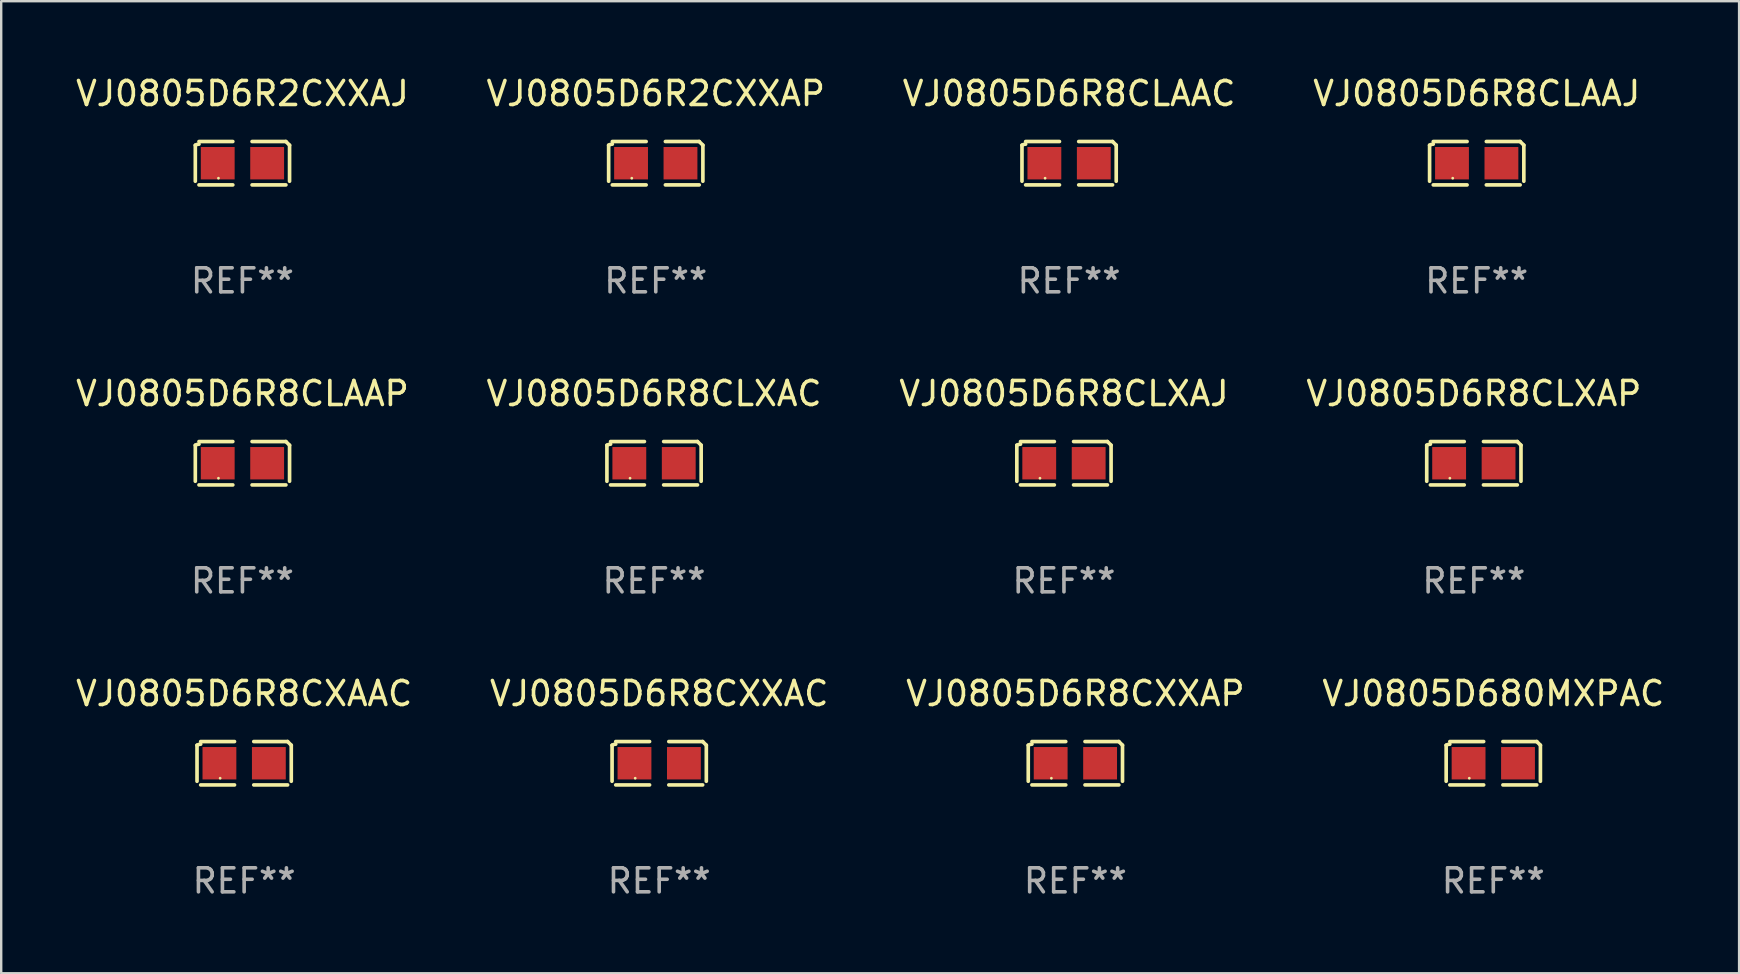
<source format=kicad_pcb>
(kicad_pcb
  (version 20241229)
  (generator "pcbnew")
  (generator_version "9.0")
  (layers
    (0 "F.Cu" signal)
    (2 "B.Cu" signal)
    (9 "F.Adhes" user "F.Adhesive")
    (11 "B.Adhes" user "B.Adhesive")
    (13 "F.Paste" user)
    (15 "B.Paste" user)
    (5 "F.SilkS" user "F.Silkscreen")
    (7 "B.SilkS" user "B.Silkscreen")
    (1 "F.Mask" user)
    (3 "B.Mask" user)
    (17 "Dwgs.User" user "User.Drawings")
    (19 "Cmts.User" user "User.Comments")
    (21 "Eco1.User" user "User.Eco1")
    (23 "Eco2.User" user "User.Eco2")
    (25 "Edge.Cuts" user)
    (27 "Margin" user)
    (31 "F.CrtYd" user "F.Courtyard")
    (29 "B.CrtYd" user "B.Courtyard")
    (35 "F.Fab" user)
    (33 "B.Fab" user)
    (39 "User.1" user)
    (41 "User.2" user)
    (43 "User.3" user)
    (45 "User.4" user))
  (footprint "VJ0805D6R8CLAAP"
    (layer "F.Cu")
    (at 7.054 16.256)
    (property "Reference" "VJ0805D6R8CLAAP" (at 0 -2.904 0) (layer "F.SilkS") (effects (font (size 1 1) (thickness 0.15))))
    (attr through_hole)
    (fp_line (start -1.964 0.751) (end -1.964 -0.751) (stroke (width 0.152) (type solid)) (layer "F.SilkS"))
    (fp_line (start -1.811 -0.904) (end -0.401 -0.904) (stroke (width 0.152) (type solid)) (layer "F.SilkS"))
    (fp_line (start -0.401 0.904) (end -1.811 0.904) (stroke (width 0.152) (type solid)) (layer "F.SilkS"))
    (fp_line (start 0.401 0.904) (end 1.811 0.904) (stroke (width 0.152) (type solid)) (layer "F.SilkS"))
    (fp_line (start 1.811 -0.904) (end 0.401 -0.904) (stroke (width 0.152) (type solid)) (layer "F.SilkS"))
    (fp_line (start 1.964 0.751) (end 1.964 -0.751) (stroke (width 0.152) (type solid)) (layer "F.SilkS"))
    (fp_arc (start -1.963602 -0.751207) (mid -1.890354 -0.783131) (end -1.811201 -0.794044) (stroke (width 0.1524) (type solid)) (layer "F.SilkS"))
    (fp_arc (start 1.811202 -0.903607) (mid 1.887413 -0.827418) (end 1.963602 -0.751207) (stroke (width 0.1524) (type solid)) (layer "F.SilkS"))
    (fp_circle (center -1 0.625) (end -0.97 0.625) (stroke (width 0.06) (type solid)) (fill no) (layer "F.SilkS"))
    (fp_text user "REF**" (at 0 4.904 0) (layer "F.Fab") (effects (font (size 1 1) (thickness 0.15))))
    (pad "1" smd rect (at -1.03 0) (size 1.41 1.35) (layers "F.Cu" "F.Mask" "F.Paste"))
    (pad "2" smd rect (at 1.03 0) (size 1.41 1.35) (layers "F.Cu" "F.Mask" "F.Paste")))
  (footprint "VJ0805D6R8CLXAJ"
    (layer "F.Cu")
    (at 41.292 16.256)
    (property "Reference" "VJ0805D6R8CLXAJ" (at 0 -2.904 0) (layer "F.SilkS") (effects (font (size 1 1) (thickness 0.15))))
    (attr through_hole)
    (fp_line (start -1.964 0.751) (end -1.964 -0.751) (stroke (width 0.152) (type solid)) (layer "F.SilkS"))
    (fp_line (start -1.811 -0.904) (end -0.401 -0.904) (stroke (width 0.152) (type solid)) (layer "F.SilkS"))
    (fp_line (start -0.401 0.904) (end -1.811 0.904) (stroke (width 0.152) (type solid)) (layer "F.SilkS"))
    (fp_line (start 0.401 0.904) (end 1.811 0.904) (stroke (width 0.152) (type solid)) (layer "F.SilkS"))
    (fp_line (start 1.811 -0.904) (end 0.401 -0.904) (stroke (width 0.152) (type solid)) (layer "F.SilkS"))
    (fp_line (start 1.964 0.751) (end 1.964 -0.751) (stroke (width 0.152) (type solid)) (layer "F.SilkS"))
    (fp_arc (start -1.963602 -0.751207) (mid -1.890354 -0.783131) (end -1.811201 -0.794044) (stroke (width 0.1524) (type solid)) (layer "F.SilkS"))
    (fp_arc (start 1.811202 -0.903607) (mid 1.887413 -0.827418) (end 1.963602 -0.751207) (stroke (width 0.1524) (type solid)) (layer "F.SilkS"))
    (fp_circle (center -1 0.625) (end -0.97 0.625) (stroke (width 0.06) (type solid)) (fill no) (layer "F.SilkS"))
    (fp_text user "REF**" (at 0 4.904 0) (layer "F.Fab") (effects (font (size 1 1) (thickness 0.15))))
    (pad "1" smd rect (at -1.03 0) (size 1.41 1.35) (layers "F.Cu" "F.Mask" "F.Paste"))
    (pad "2" smd rect (at 1.03 0) (size 1.41 1.35) (layers "F.Cu" "F.Mask" "F.Paste")))
  (footprint "VJ0805D680MXPAC"
    (layer "F.Cu")
    (at 59.185 28.759)
    (property "Reference" "VJ0805D680MXPAC" (at 0 -2.904 0) (layer "F.SilkS") (effects (font (size 1 1) (thickness 0.15))))
    (attr through_hole)
    (fp_line (start -1.964 0.751) (end -1.964 -0.751) (stroke (width 0.152) (type solid)) (layer "F.SilkS"))
    (fp_line (start -1.811 -0.904) (end -0.401 -0.904) (stroke (width 0.152) (type solid)) (layer "F.SilkS"))
    (fp_line (start -0.401 0.904) (end -1.811 0.904) (stroke (width 0.152) (type solid)) (layer "F.SilkS"))
    (fp_line (start 0.401 0.904) (end 1.811 0.904) (stroke (width 0.152) (type solid)) (layer "F.SilkS"))
    (fp_line (start 1.811 -0.904) (end 0.401 -0.904) (stroke (width 0.152) (type solid)) (layer "F.SilkS"))
    (fp_line (start 1.964 0.751) (end 1.964 -0.751) (stroke (width 0.152) (type solid)) (layer "F.SilkS"))
    (fp_arc (start -1.963602 -0.751207) (mid -1.890354 -0.783131) (end -1.811201 -0.794044) (stroke (width 0.1524) (type solid)) (layer "F.SilkS"))
    (fp_arc (start 1.811202 -0.903607) (mid 1.887413 -0.827418) (end 1.963602 -0.751207) (stroke (width 0.1524) (type solid)) (layer "F.SilkS"))
    (fp_circle (center -1 0.625) (end -0.97 0.625) (stroke (width 0.06) (type solid)) (fill no) (layer "F.SilkS"))
    (fp_text user "REF**" (at 0 4.904 0) (layer "F.Fab") (effects (font (size 1 1) (thickness 0.15))))
    (pad "1" smd rect (at -1.03 0) (size 1.41 1.35) (layers "F.Cu" "F.Mask" "F.Paste"))
    (pad "2" smd rect (at 1.03 0) (size 1.41 1.35) (layers "F.Cu" "F.Mask" "F.Paste")))
  (footprint "VJ0805D6R8CXAAC"
    (layer "F.Cu")
    (at 7.125 28.759)
    (property "Reference" "VJ0805D6R8CXAAC" (at 0 -2.904 0) (layer "F.SilkS") (effects (font (size 1 1) (thickness 0.15))))
    (attr through_hole)
    (fp_line (start -1.964 0.751) (end -1.964 -0.751) (stroke (width 0.152) (type solid)) (layer "F.SilkS"))
    (fp_line (start -1.811 -0.904) (end -0.401 -0.904) (stroke (width 0.152) (type solid)) (layer "F.SilkS"))
    (fp_line (start -0.401 0.904) (end -1.811 0.904) (stroke (width 0.152) (type solid)) (layer "F.SilkS"))
    (fp_line (start 0.401 0.904) (end 1.811 0.904) (stroke (width 0.152) (type solid)) (layer "F.SilkS"))
    (fp_line (start 1.811 -0.904) (end 0.401 -0.904) (stroke (width 0.152) (type solid)) (layer "F.SilkS"))
    (fp_line (start 1.964 0.751) (end 1.964 -0.751) (stroke (width 0.152) (type solid)) (layer "F.SilkS"))
    (fp_arc (start -1.963602 -0.751207) (mid -1.890354 -0.783131) (end -1.811201 -0.794044) (stroke (width 0.1524) (type solid)) (layer "F.SilkS"))
    (fp_arc (start 1.811202 -0.903607) (mid 1.887413 -0.827418) (end 1.963602 -0.751207) (stroke (width 0.1524) (type solid)) (layer "F.SilkS"))
    (fp_circle (center -1 0.625) (end -0.97 0.625) (stroke (width 0.06) (type solid)) (fill no) (layer "F.SilkS"))
    (fp_text user "REF**" (at 0 4.904 0) (layer "F.Fab") (effects (font (size 1 1) (thickness 0.15))))
    (pad "1" smd rect (at -1.03 0) (size 1.41 1.35) (layers "F.Cu" "F.Mask" "F.Paste"))
    (pad "2" smd rect (at 1.03 0) (size 1.41 1.35) (layers "F.Cu" "F.Mask" "F.Paste")))
  (footprint "VJ0805D6R8CXXAC"
    (layer "F.Cu")
    (at 24.423 28.759)
    (property "Reference" "VJ0805D6R8CXXAC" (at 0 -2.904 0) (layer "F.SilkS") (effects (font (size 1 1) (thickness 0.15))))
    (attr through_hole)
    (fp_line (start -1.964 0.751) (end -1.964 -0.751) (stroke (width 0.152) (type solid)) (layer "F.SilkS"))
    (fp_line (start -1.811 -0.904) (end -0.401 -0.904) (stroke (width 0.152) (type solid)) (layer "F.SilkS"))
    (fp_line (start -0.401 0.904) (end -1.811 0.904) (stroke (width 0.152) (type solid)) (layer "F.SilkS"))
    (fp_line (start 0.401 0.904) (end 1.811 0.904) (stroke (width 0.152) (type solid)) (layer "F.SilkS"))
    (fp_line (start 1.811 -0.904) (end 0.401 -0.904) (stroke (width 0.152) (type solid)) (layer "F.SilkS"))
    (fp_line (start 1.964 0.751) (end 1.964 -0.751) (stroke (width 0.152) (type solid)) (layer "F.SilkS"))
    (fp_arc (start -1.963602 -0.751207) (mid -1.890354 -0.783131) (end -1.811201 -0.794044) (stroke (width 0.1524) (type solid)) (layer "F.SilkS"))
    (fp_arc (start 1.811202 -0.903607) (mid 1.887413 -0.827418) (end 1.963602 -0.751207) (stroke (width 0.1524) (type solid)) (layer "F.SilkS"))
    (fp_circle (center -1 0.625) (end -0.97 0.625) (stroke (width 0.06) (type solid)) (fill no) (layer "F.SilkS"))
    (fp_text user "REF**" (at 0 4.904 0) (layer "F.Fab") (effects (font (size 1 1) (thickness 0.15))))
    (pad "1" smd rect (at -1.03 0) (size 1.41 1.35) (layers "F.Cu" "F.Mask" "F.Paste"))
    (pad "2" smd rect (at 1.03 0) (size 1.41 1.35) (layers "F.Cu" "F.Mask" "F.Paste")))
  (footprint "VJ0805D6R8CLAAJ"
    (layer "F.Cu")
    (at 58.494 3.752)
    (property "Reference" "VJ0805D6R8CLAAJ" (at 0 -2.904 0) (layer "F.SilkS") (effects (font (size 1 1) (thickness 0.15))))
    (attr through_hole)
    (fp_line (start -1.964 0.751) (end -1.964 -0.751) (stroke (width 0.152) (type solid)) (layer "F.SilkS"))
    (fp_line (start -1.811 -0.904) (end -0.401 -0.904) (stroke (width 0.152) (type solid)) (layer "F.SilkS"))
    (fp_line (start -0.401 0.904) (end -1.811 0.904) (stroke (width 0.152) (type solid)) (layer "F.SilkS"))
    (fp_line (start 0.401 0.904) (end 1.811 0.904) (stroke (width 0.152) (type solid)) (layer "F.SilkS"))
    (fp_line (start 1.811 -0.904) (end 0.401 -0.904) (stroke (width 0.152) (type solid)) (layer "F.SilkS"))
    (fp_line (start 1.964 0.751) (end 1.964 -0.751) (stroke (width 0.152) (type solid)) (layer "F.SilkS"))
    (fp_arc (start -1.963602 -0.751207) (mid -1.890354 -0.783131) (end -1.811201 -0.794044) (stroke (width 0.1524) (type solid)) (layer "F.SilkS"))
    (fp_arc (start 1.811202 -0.903607) (mid 1.887413 -0.827418) (end 1.963602 -0.751207) (stroke (width 0.1524) (type solid)) (layer "F.SilkS"))
    (fp_circle (center -1 0.625) (end -0.97 0.625) (stroke (width 0.06) (type solid)) (fill no) (layer "F.SilkS"))
    (fp_text user "REF**" (at 0 4.904 0) (layer "F.Fab") (effects (font (size 1 1) (thickness 0.15))))
    (pad "1" smd rect (at -1.03 0) (size 1.41 1.35) (layers "F.Cu" "F.Mask" "F.Paste"))
    (pad "2" smd rect (at 1.03 0) (size 1.41 1.35) (layers "F.Cu" "F.Mask" "F.Paste")))
  (footprint "VJ0805D6R8CLXAC"
    (layer "F.Cu")
    (at 24.208 16.256)
    (property "Reference" "VJ0805D6R8CLXAC" (at 0 -2.904 0) (layer "F.SilkS") (effects (font (size 1 1) (thickness 0.15))))
    (attr through_hole)
    (fp_line (start -1.964 0.751) (end -1.964 -0.751) (stroke (width 0.152) (type solid)) (layer "F.SilkS"))
    (fp_line (start -1.811 -0.904) (end -0.401 -0.904) (stroke (width 0.152) (type solid)) (layer "F.SilkS"))
    (fp_line (start -0.401 0.904) (end -1.811 0.904) (stroke (width 0.152) (type solid)) (layer "F.SilkS"))
    (fp_line (start 0.401 0.904) (end 1.811 0.904) (stroke (width 0.152) (type solid)) (layer "F.SilkS"))
    (fp_line (start 1.811 -0.904) (end 0.401 -0.904) (stroke (width 0.152) (type solid)) (layer "F.SilkS"))
    (fp_line (start 1.964 0.751) (end 1.964 -0.751) (stroke (width 0.152) (type solid)) (layer "F.SilkS"))
    (fp_arc (start -1.963602 -0.751207) (mid -1.890354 -0.783131) (end -1.811201 -0.794044) (stroke (width 0.1524) (type solid)) (layer "F.SilkS"))
    (fp_arc (start 1.811202 -0.903607) (mid 1.887413 -0.827418) (end 1.963602 -0.751207) (stroke (width 0.1524) (type solid)) (layer "F.SilkS"))
    (fp_circle (center -1 0.625) (end -0.97 0.625) (stroke (width 0.06) (type solid)) (fill no) (layer "F.SilkS"))
    (fp_text user "REF**" (at 0 4.904 0) (layer "F.Fab") (effects (font (size 1 1) (thickness 0.15))))
    (pad "1" smd rect (at -1.03 0) (size 1.41 1.35) (layers "F.Cu" "F.Mask" "F.Paste"))
    (pad "2" smd rect (at 1.03 0) (size 1.41 1.35) (layers "F.Cu" "F.Mask" "F.Paste")))
  (footprint "VJ0805D6R2CXXAJ"
    (layer "F.Cu")
    (at 7.054 3.752)
    (property "Reference" "VJ0805D6R2CXXAJ" (at 0 -2.904 0) (layer "F.SilkS") (effects (font (size 1 1) (thickness 0.15))))
    (attr through_hole)
    (fp_line (start -1.964 0.751) (end -1.964 -0.751) (stroke (width 0.152) (type solid)) (layer "F.SilkS"))
    (fp_line (start -1.811 -0.904) (end -0.401 -0.904) (stroke (width 0.152) (type solid)) (layer "F.SilkS"))
    (fp_line (start -0.401 0.904) (end -1.811 0.904) (stroke (width 0.152) (type solid)) (layer "F.SilkS"))
    (fp_line (start 0.401 0.904) (end 1.811 0.904) (stroke (width 0.152) (type solid)) (layer "F.SilkS"))
    (fp_line (start 1.811 -0.904) (end 0.401 -0.904) (stroke (width 0.152) (type solid)) (layer "F.SilkS"))
    (fp_line (start 1.964 0.751) (end 1.964 -0.751) (stroke (width 0.152) (type solid)) (layer "F.SilkS"))
    (fp_arc (start -1.963602 -0.751207) (mid -1.890354 -0.783131) (end -1.811201 -0.794044) (stroke (width 0.1524) (type solid)) (layer "F.SilkS"))
    (fp_arc (start 1.811202 -0.903607) (mid 1.887413 -0.827418) (end 1.963602 -0.751207) (stroke (width 0.1524) (type solid)) (layer "F.SilkS"))
    (fp_circle (center -1 0.625) (end -0.97 0.625) (stroke (width 0.06) (type solid)) (fill no) (layer "F.SilkS"))
    (fp_text user "REF**" (at 0 4.904 0) (layer "F.Fab") (effects (font (size 1 1) (thickness 0.15))))
    (pad "1" smd rect (at -1.03 0) (size 1.41 1.35) (layers "F.Cu" "F.Mask" "F.Paste"))
    (pad "2" smd rect (at 1.03 0) (size 1.41 1.35) (layers "F.Cu" "F.Mask" "F.Paste")))
  (footprint "VJ0805D6R8CXXAP"
    (layer "F.Cu")
    (at 41.768 28.759)
    (property "Reference" "VJ0805D6R8CXXAP" (at 0 -2.904 0) (layer "F.SilkS") (effects (font (size 1 1) (thickness 0.15))))
    (attr through_hole)
    (fp_line (start -1.964 0.751) (end -1.964 -0.751) (stroke (width 0.152) (type solid)) (layer "F.SilkS"))
    (fp_line (start -1.811 -0.904) (end -0.401 -0.904) (stroke (width 0.152) (type solid)) (layer "F.SilkS"))
    (fp_line (start -0.401 0.904) (end -1.811 0.904) (stroke (width 0.152) (type solid)) (layer "F.SilkS"))
    (fp_line (start 0.401 0.904) (end 1.811 0.904) (stroke (width 0.152) (type solid)) (layer "F.SilkS"))
    (fp_line (start 1.811 -0.904) (end 0.401 -0.904) (stroke (width 0.152) (type solid)) (layer "F.SilkS"))
    (fp_line (start 1.964 0.751) (end 1.964 -0.751) (stroke (width 0.152) (type solid)) (layer "F.SilkS"))
    (fp_arc (start -1.963602 -0.751207) (mid -1.890354 -0.783131) (end -1.811201 -0.794044) (stroke (width 0.1524) (type solid)) (layer "F.SilkS"))
    (fp_arc (start 1.811202 -0.903607) (mid 1.887413 -0.827418) (end 1.963602 -0.751207) (stroke (width 0.1524) (type solid)) (layer "F.SilkS"))
    (fp_circle (center -1 0.625) (end -0.97 0.625) (stroke (width 0.06) (type solid)) (fill no) (layer "F.SilkS"))
    (fp_text user "REF**" (at 0 4.904 0) (layer "F.Fab") (effects (font (size 1 1) (thickness 0.15))))
    (pad "1" smd rect (at -1.03 0) (size 1.41 1.35) (layers "F.Cu" "F.Mask" "F.Paste"))
    (pad "2" smd rect (at 1.03 0) (size 1.41 1.35) (layers "F.Cu" "F.Mask" "F.Paste")))
  (footprint "VJ0805D6R8CLAAC"
    (layer "F.Cu")
    (at 41.506 3.752)
    (property "Reference" "VJ0805D6R8CLAAC" (at 0 -2.904 0) (layer "F.SilkS") (effects (font (size 1 1) (thickness 0.15))))
    (attr through_hole)
    (fp_line (start -1.964 0.751) (end -1.964 -0.751) (stroke (width 0.152) (type solid)) (layer "F.SilkS"))
    (fp_line (start -1.811 -0.904) (end -0.401 -0.904) (stroke (width 0.152) (type solid)) (layer "F.SilkS"))
    (fp_line (start -0.401 0.904) (end -1.811 0.904) (stroke (width 0.152) (type solid)) (layer "F.SilkS"))
    (fp_line (start 0.401 0.904) (end 1.811 0.904) (stroke (width 0.152) (type solid)) (layer "F.SilkS"))
    (fp_line (start 1.811 -0.904) (end 0.401 -0.904) (stroke (width 0.152) (type solid)) (layer "F.SilkS"))
    (fp_line (start 1.964 0.751) (end 1.964 -0.751) (stroke (width 0.152) (type solid)) (layer "F.SilkS"))
    (fp_arc (start -1.963602 -0.751207) (mid -1.890354 -0.783131) (end -1.811201 -0.794044) (stroke (width 0.1524) (type solid)) (layer "F.SilkS"))
    (fp_arc (start 1.811202 -0.903607) (mid 1.887413 -0.827418) (end 1.963602 -0.751207) (stroke (width 0.1524) (type solid)) (layer "F.SilkS"))
    (fp_circle (center -1 0.625) (end -0.97 0.625) (stroke (width 0.06) (type solid)) (fill no) (layer "F.SilkS"))
    (fp_text user "REF**" (at 0 4.904 0) (layer "F.Fab") (effects (font (size 1 1) (thickness 0.15))))
    (pad "1" smd rect (at -1.03 0) (size 1.41 1.35) (layers "F.Cu" "F.Mask" "F.Paste"))
    (pad "2" smd rect (at 1.03 0) (size 1.41 1.35) (layers "F.Cu" "F.Mask" "F.Paste")))
  (footprint "VJ0805D6R8CLXAP"
    (layer "F.Cu")
    (at 58.375 16.256)
    (property "Reference" "VJ0805D6R8CLXAP" (at 0 -2.904 0) (layer "F.SilkS") (effects (font (size 1 1) (thickness 0.15))))
    (attr through_hole)
    (fp_line (start -1.964 0.751) (end -1.964 -0.751) (stroke (width 0.152) (type solid)) (layer "F.SilkS"))
    (fp_line (start -1.811 -0.904) (end -0.401 -0.904) (stroke (width 0.152) (type solid)) (layer "F.SilkS"))
    (fp_line (start -0.401 0.904) (end -1.811 0.904) (stroke (width 0.152) (type solid)) (layer "F.SilkS"))
    (fp_line (start 0.401 0.904) (end 1.811 0.904) (stroke (width 0.152) (type solid)) (layer "F.SilkS"))
    (fp_line (start 1.811 -0.904) (end 0.401 -0.904) (stroke (width 0.152) (type solid)) (layer "F.SilkS"))
    (fp_line (start 1.964 0.751) (end 1.964 -0.751) (stroke (width 0.152) (type solid)) (layer "F.SilkS"))
    (fp_arc (start -1.963602 -0.751207) (mid -1.890354 -0.783131) (end -1.811201 -0.794044) (stroke (width 0.1524) (type solid)) (layer "F.SilkS"))
    (fp_arc (start 1.811202 -0.903607) (mid 1.887413 -0.827418) (end 1.963602 -0.751207) (stroke (width 0.1524) (type solid)) (layer "F.SilkS"))
    (fp_circle (center -1 0.625) (end -0.97 0.625) (stroke (width 0.06) (type solid)) (fill no) (layer "F.SilkS"))
    (fp_text user "REF**" (at 0 4.904 0) (layer "F.Fab") (effects (font (size 1 1) (thickness 0.15))))
    (pad "1" smd rect (at -1.03 0) (size 1.41 1.35) (layers "F.Cu" "F.Mask" "F.Paste"))
    (pad "2" smd rect (at 1.03 0) (size 1.41 1.35) (layers "F.Cu" "F.Mask" "F.Paste")))
  (footprint "VJ0805D6R2CXXAP"
    (layer "F.Cu")
    (at 24.28 3.752)
    (property "Reference" "VJ0805D6R2CXXAP" (at 0 -2.904 0) (layer "F.SilkS") (effects (font (size 1 1) (thickness 0.15))))
    (attr through_hole)
    (fp_line (start -1.964 0.751) (end -1.964 -0.751) (stroke (width 0.152) (type solid)) (layer "F.SilkS"))
    (fp_line (start -1.811 -0.904) (end -0.401 -0.904) (stroke (width 0.152) (type solid)) (layer "F.SilkS"))
    (fp_line (start -0.401 0.904) (end -1.811 0.904) (stroke (width 0.152) (type solid)) (layer "F.SilkS"))
    (fp_line (start 0.401 0.904) (end 1.811 0.904) (stroke (width 0.152) (type solid)) (layer "F.SilkS"))
    (fp_line (start 1.811 -0.904) (end 0.401 -0.904) (stroke (width 0.152) (type solid)) (layer "F.SilkS"))
    (fp_line (start 1.964 0.751) (end 1.964 -0.751) (stroke (width 0.152) (type solid)) (layer "F.SilkS"))
    (fp_arc (start -1.963602 -0.751207) (mid -1.890354 -0.783131) (end -1.811201 -0.794044) (stroke (width 0.1524) (type solid)) (layer "F.SilkS"))
    (fp_arc (start 1.811202 -0.903607) (mid 1.887413 -0.827418) (end 1.963602 -0.751207) (stroke (width 0.1524) (type solid)) (layer "F.SilkS"))
    (fp_circle (center -1 0.625) (end -0.97 0.625) (stroke (width 0.06) (type solid)) (fill no) (layer "F.SilkS"))
    (fp_text user "REF**" (at 0 4.904 0) (layer "F.Fab") (effects (font (size 1 1) (thickness 0.15))))
    (pad "1" smd rect (at -1.03 0) (size 1.41 1.35) (layers "F.Cu" "F.Mask" "F.Paste"))
    (pad "2" smd rect (at 1.03 0) (size 1.41 1.35) (layers "F.Cu" "F.Mask" "F.Paste")))
  (gr_rect
    (start -3 -3)
    (end 69.429 37.511)
    (stroke (width 0.1) (type default))
    (fill no)
    (layer "Edge.Cuts")))
</source>
